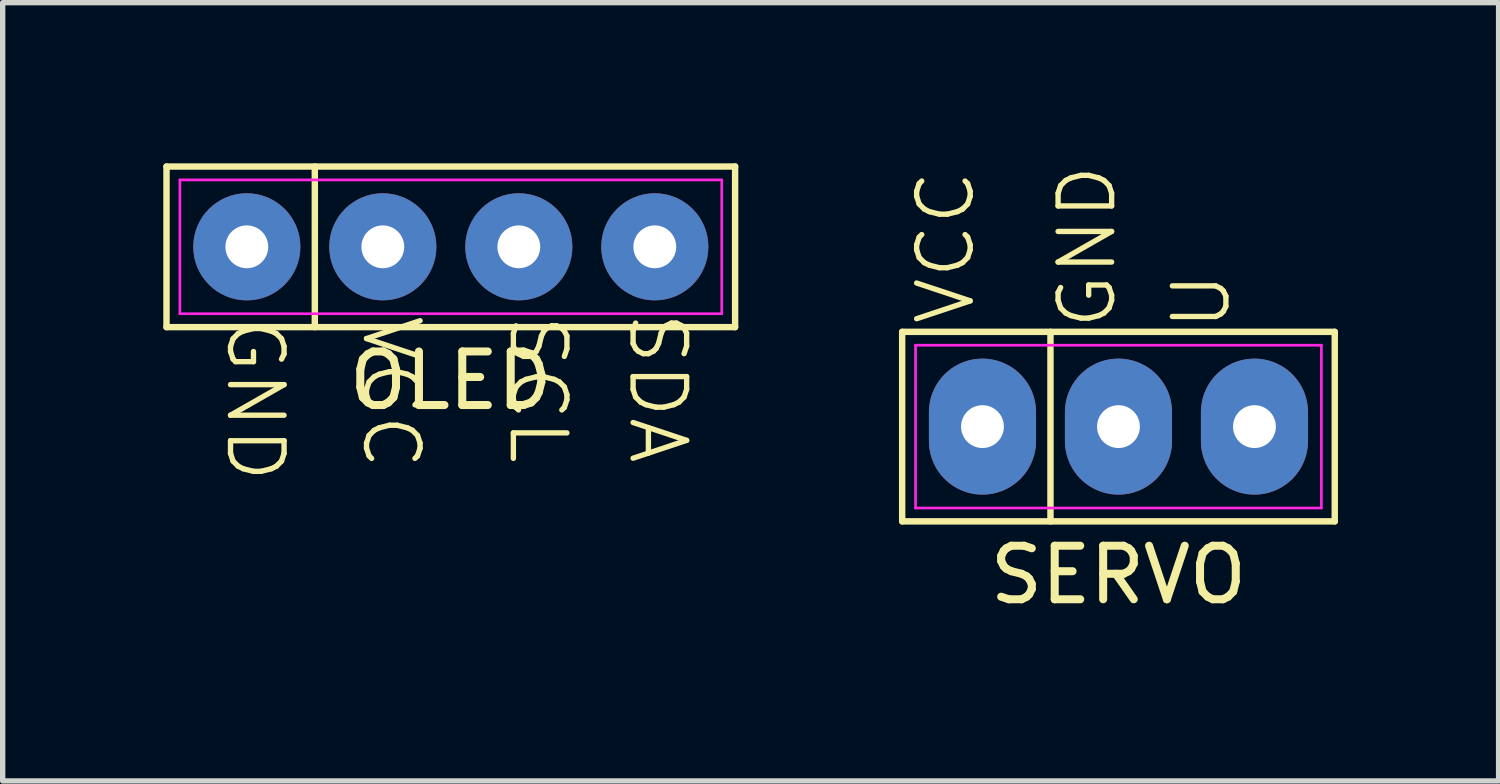
<source format=kicad_pcb>
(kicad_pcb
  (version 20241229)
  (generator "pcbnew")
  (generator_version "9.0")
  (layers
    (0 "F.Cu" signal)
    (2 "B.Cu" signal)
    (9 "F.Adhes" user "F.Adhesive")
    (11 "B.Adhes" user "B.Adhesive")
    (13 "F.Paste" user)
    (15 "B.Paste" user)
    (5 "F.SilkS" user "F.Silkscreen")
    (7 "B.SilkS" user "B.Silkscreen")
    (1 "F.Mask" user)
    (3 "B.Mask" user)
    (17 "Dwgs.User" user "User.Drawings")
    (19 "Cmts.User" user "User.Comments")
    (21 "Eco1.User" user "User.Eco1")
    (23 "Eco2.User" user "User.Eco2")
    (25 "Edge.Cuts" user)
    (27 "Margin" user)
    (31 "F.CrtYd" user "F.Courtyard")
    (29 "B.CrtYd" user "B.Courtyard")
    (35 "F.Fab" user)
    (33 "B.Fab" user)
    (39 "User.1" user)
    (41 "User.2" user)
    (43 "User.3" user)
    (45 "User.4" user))
  (footprint "OLED"
    (layer "F.Cu")
    (at 5.37 1.56)
    (property "Reference" "OLED" (at 0 2.5 0) (layer "F.SilkS") (effects (font (size 1 1) (thickness 0.15))))
    (attr through_hole)
    (fp_line (start -5.31 -1.5) (end 5.31 -1.5) (stroke (width 0.12) (type default)) (layer "F.SilkS"))
    (fp_line (start -5.31 1.5) (end -5.31 -1.5) (stroke (width 0.12) (type default)) (layer "F.SilkS"))
    (fp_line (start -2.54 -1.5) (end -2.54 1.5) (stroke (width 0.12) (type default)) (layer "F.SilkS"))
    (fp_line (start 5.31 -1.5) (end 5.31 1.5) (stroke (width 0.12) (type default)) (layer "F.SilkS"))
    (fp_line (start 5.31 1.5) (end -5.31 1.5) (stroke (width 0.12) (type default)) (layer "F.SilkS"))
    (fp_line (start -5.06 -1.25) (end 5.06 -1.25) (stroke (width 0.05) (type default)) (layer "F.CrtYd"))
    (fp_line (start -5.06 1.25) (end -5.06 -1.25) (stroke (width 0.05) (type default)) (layer "F.CrtYd"))
    (fp_line (start 5.06 -1.25) (end 5.06 1.25) (stroke (width 0.05) (type default)) (layer "F.CrtYd"))
    (fp_line (start 5.06 1.25) (end -5.06 1.25) (stroke (width 0.05) (type default)) (layer "F.CrtYd"))
    (fp_text user "SDA" (at 3.277 1.168 270) (unlocked yes) (layer "F.SilkS") (effects (font (size 1 1) (thickness 0.1)) (justify left bottom)))
    (fp_text user "VCC" (at -1.702 1.219 270) (unlocked yes) (layer "F.SilkS") (effects (font (size 1 1) (thickness 0.1)) (justify left bottom)))
    (fp_text user "SCL" (at 1.041 1.219 270) (unlocked yes) (layer "F.SilkS") (effects (font (size 1 1) (thickness 0.1)) (justify left bottom)))
    (fp_text user "GND" (at -4.242 1.27 270) (unlocked yes) (layer "F.SilkS") (effects (font (size 1 1) (thickness 0.1)) (justify left bottom)))
    (pad "1" thru_hole circle (at -3.81 0) (size 2 2) (drill 0.8) (layers "*.Cu" "*.Mask"))
    (pad "2" thru_hole circle (at -1.27 0) (size 2 2) (drill 0.8) (layers "*.Cu" "*.Mask"))
    (pad "3" thru_hole circle (at 1.27 0) (size 2 2) (drill 0.8) (layers "*.Cu" "*.Mask"))
    (pad "4" thru_hole circle (at 3.81 0) (size 2 2) (drill 0.8) (layers "*.Cu" "*.Mask")))
  (footprint "SERVO"
    (layer "F.Cu")
    (at 17.84 4.918)
    (property "Reference" "SERVO" (at 0 2.77 0) (layer "F.SilkS") (effects (font (size 1 1) (thickness 0.15))))
    (attr through_hole)
    (fp_line (start -4.04 -1.77) (end 4.04 -1.77) (stroke (width 0.12) (type default)) (layer "F.SilkS"))
    (fp_line (start -4.04 1.77) (end -4.04 -1.77) (stroke (width 0.12) (type default)) (layer "F.SilkS"))
    (fp_line (start -1.27 -1.77) (end -1.27 1.77) (stroke (width 0.12) (type default)) (layer "F.SilkS"))
    (fp_line (start 4.04 -1.77) (end 4.04 1.77) (stroke (width 0.12) (type default)) (layer "F.SilkS"))
    (fp_line (start 4.04 1.77) (end -4.04 1.77) (stroke (width 0.12) (type default)) (layer "F.SilkS"))
    (fp_line (start -3.79 -1.52) (end 3.79 -1.52) (stroke (width 0.05) (type default)) (layer "F.CrtYd"))
    (fp_line (start -3.79 1.52) (end -3.79 -1.52) (stroke (width 0.05) (type default)) (layer "F.CrtYd"))
    (fp_line (start 3.79 -1.52) (end 3.79 1.52) (stroke (width 0.05) (type default)) (layer "F.CrtYd"))
    (fp_line (start 3.79 1.52) (end -3.79 1.52) (stroke (width 0.05) (type default)) (layer "F.CrtYd"))
    (fp_text user "VCC" (at -2.642 -1.854 90) (unlocked yes) (layer "F.SilkS") (effects (font (size 1 1) (thickness 0.1)) (justify left bottom)))
    (fp_text user "U" (at 2.134 -1.753 90) (unlocked yes) (layer "F.SilkS") (effects (font (size 1 1) (thickness 0.1)) (justify left bottom)))
    (fp_text user "GND" (at 0 -1.77 90) (unlocked yes) (layer "F.SilkS") (effects (font (size 1 1) (thickness 0.1)) (justify left bottom)))
    (pad "1" thru_hole oval (at -2.54 0) (size 2 2.54) (drill 0.8) (layers "*.Cu" "*.Mask"))
    (pad "2" thru_hole oval (at 0 0) (size 2 2.54) (drill 0.8) (layers "*.Cu" "*.Mask"))
    (pad "3" thru_hole oval (at 2.54 0) (size 2 2.54) (drill 0.8) (layers "*.Cu" "*.Mask")))
  (gr_rect
    (start -3 -3)
    (end 24.94 11.536)
    (stroke (width 0.1) (type default))
    (fill no)
    (layer "Edge.Cuts")))
</source>
